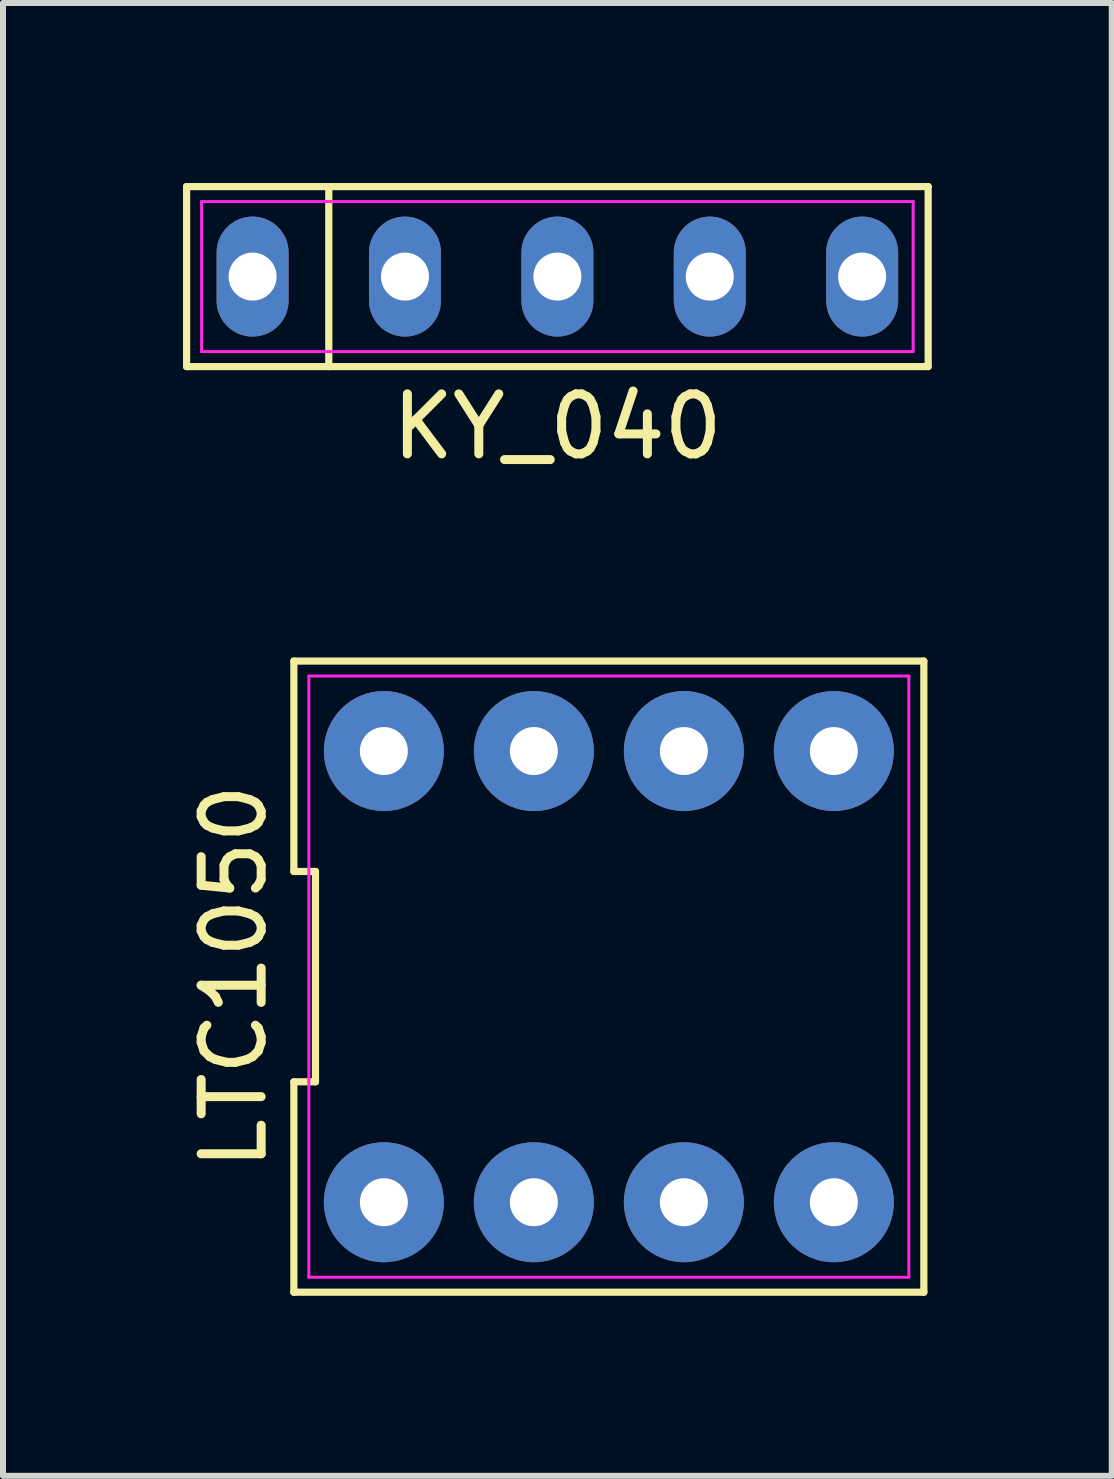
<source format=kicad_pcb>
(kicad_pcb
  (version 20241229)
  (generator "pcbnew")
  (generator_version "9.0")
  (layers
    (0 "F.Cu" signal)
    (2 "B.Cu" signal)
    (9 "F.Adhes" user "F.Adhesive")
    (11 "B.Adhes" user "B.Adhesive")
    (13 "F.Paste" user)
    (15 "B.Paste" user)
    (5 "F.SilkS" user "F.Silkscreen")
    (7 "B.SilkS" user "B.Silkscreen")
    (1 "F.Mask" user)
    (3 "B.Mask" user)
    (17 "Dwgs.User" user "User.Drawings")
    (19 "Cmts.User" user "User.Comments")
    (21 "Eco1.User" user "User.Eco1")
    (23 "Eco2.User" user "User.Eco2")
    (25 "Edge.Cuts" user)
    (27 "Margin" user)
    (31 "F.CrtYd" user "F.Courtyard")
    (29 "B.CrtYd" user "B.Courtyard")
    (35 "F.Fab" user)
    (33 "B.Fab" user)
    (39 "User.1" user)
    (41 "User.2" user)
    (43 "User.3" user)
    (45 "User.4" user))
  (footprint "LTC1050"
    (layer "F.Cu")
    (at 7.098 13.228)
    (property "Reference" "LTC1050" (at -6.25 0 90) (layer "F.SilkS") (effects (font (size 1 1) (thickness 0.15))))
    (fp_line (start -5.25 -5.26) (end -5.25 -1.753) (stroke (width 0.12) (type solid)) (layer "F.SilkS"))
    (fp_line (start -5.25 -1.753) (end -4.89 -1.753) (stroke (width 0.12) (type solid)) (layer "F.SilkS"))
    (fp_line (start -5.25 1.753) (end -5.25 5.26) (stroke (width 0.12) (type solid)) (layer "F.SilkS"))
    (fp_line (start -5.25 5.26) (end 5.25 5.26) (stroke (width 0.12) (type solid)) (layer "F.SilkS"))
    (fp_line (start -4.89 -1.753) (end -4.89 1.753) (stroke (width 0.12) (type solid)) (layer "F.SilkS"))
    (fp_line (start -4.89 1.753) (end -5.25 1.753) (stroke (width 0.12) (type solid)) (layer "F.SilkS"))
    (fp_line (start 5.25 -5.26) (end -5.25 -5.26) (stroke (width 0.12) (type solid)) (layer "F.SilkS"))
    (fp_line (start 5.25 5.26) (end 5.25 -5.26) (stroke (width 0.12) (type solid)) (layer "F.SilkS"))
    (fp_line (start -5 -5.01) (end 5 -5.01) (stroke (width 0.05) (type solid)) (layer "F.CrtYd"))
    (fp_line (start -5 5.01) (end -5 -5.01) (stroke (width 0.05) (type solid)) (layer "F.CrtYd"))
    (fp_line (start 5 -5.01) (end 5 5.01) (stroke (width 0.05) (type solid)) (layer "F.CrtYd"))
    (fp_line (start 5 5.01) (end -5 5.01) (stroke (width 0.05) (type solid)) (layer "F.CrtYd"))
    (pad "1" thru_hole circle (at -3.75 3.76) (size 2 2) (drill 0.8) (layers "*.Cu" "*.Mask"))
    (pad "2" thru_hole circle (at -1.25 3.76) (size 2 2) (drill 0.8) (layers "*.Cu" "*.Mask"))
    (pad "3" thru_hole circle (at 1.25 3.76) (size 2 2) (drill 0.8) (layers "*.Cu" "*.Mask"))
    (pad "4" thru_hole circle (at 3.75 3.76) (size 2 2) (drill 0.8) (layers "*.Cu" "*.Mask"))
    (pad "5" thru_hole circle (at 3.75 -3.76) (size 2 2) (drill 0.8) (layers "*.Cu" "*.Mask"))
    (pad "6" thru_hole circle (at 1.25 -3.76) (size 2 2) (drill 0.8) (layers "*.Cu" "*.Mask"))
    (pad "7" thru_hole circle (at -1.25 -3.76) (size 2 2) (drill 0.8) (layers "*.Cu" "*.Mask"))
    (pad "8" thru_hole circle (at -3.75 -3.76) (size 2 2) (drill 0.8) (layers "*.Cu" "*.Mask")))
  (footprint "KY_040"
    (layer "F.Cu")
    (at 6.24 1.56)
    (property "Reference" "KY_040" (at 0 2.5 0) (layer "F.SilkS") (effects (font (size 1 1) (thickness 0.15))))
    (fp_line (start -6.18 -1.5) (end 6.18 -1.5) (stroke (width 0.12) (type solid)) (layer "F.SilkS"))
    (fp_line (start -6.18 1.5) (end -6.18 -1.5) (stroke (width 0.12) (type solid)) (layer "F.SilkS"))
    (fp_line (start -3.81 -1.5) (end -3.81 1.5) (stroke (width 0.12) (type solid)) (layer "F.SilkS"))
    (fp_line (start 6.18 -1.5) (end 6.18 1.5) (stroke (width 0.12) (type solid)) (layer "F.SilkS"))
    (fp_line (start 6.18 1.5) (end -6.18 1.5) (stroke (width 0.12) (type solid)) (layer "F.SilkS"))
    (fp_line (start -5.93 -1.25) (end 5.93 -1.25) (stroke (width 0.05) (type solid)) (layer "F.CrtYd"))
    (fp_line (start -5.93 1.25) (end -5.93 -1.25) (stroke (width 0.05) (type solid)) (layer "F.CrtYd"))
    (fp_line (start 5.93 -1.25) (end 5.93 1.25) (stroke (width 0.05) (type solid)) (layer "F.CrtYd"))
    (fp_line (start 5.93 1.25) (end -5.93 1.25) (stroke (width 0.05) (type solid)) (layer "F.CrtYd"))
    (pad "1" thru_hole oval (at -5.08 0) (size 1.2 2) (drill 0.8) (layers "*.Cu" "*.Mask"))
    (pad "2" thru_hole oval (at -2.54 0) (size 1.2 2) (drill 0.8) (layers "*.Cu" "*.Mask"))
    (pad "3" thru_hole oval (at 0 0) (size 1.2 2) (drill 0.8) (layers "*.Cu" "*.Mask"))
    (pad "4" thru_hole oval (at 2.54 0) (size 1.2 2) (drill 0.8) (layers "*.Cu" "*.Mask"))
    (pad "5" thru_hole oval (at 5.08 0) (size 1.2 2) (drill 0.8) (layers "*.Cu" "*.Mask")))
  (gr_rect
    (start -3 -3)
    (end 15.48 21.548)
    (stroke (width 0.1) (type default))
    (fill no)
    (layer "Edge.Cuts")))
</source>
